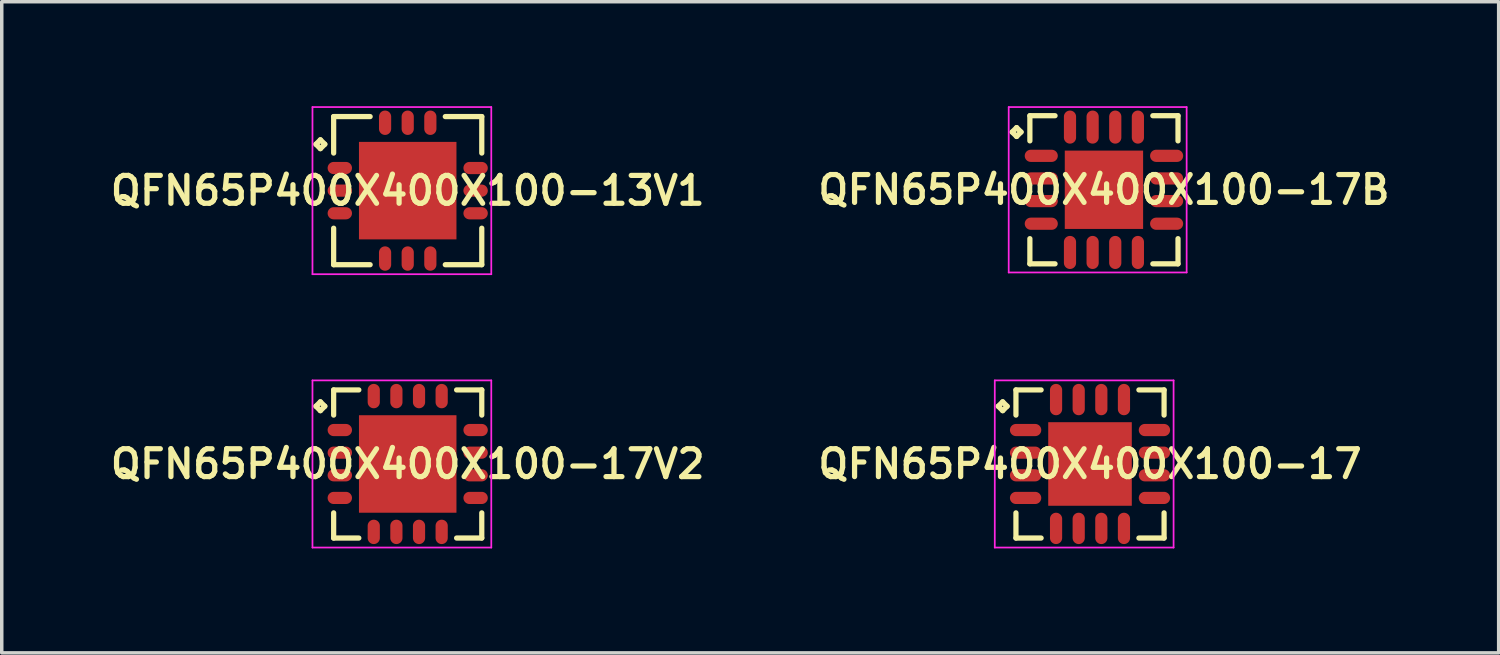
<source format=kicad_pcb>
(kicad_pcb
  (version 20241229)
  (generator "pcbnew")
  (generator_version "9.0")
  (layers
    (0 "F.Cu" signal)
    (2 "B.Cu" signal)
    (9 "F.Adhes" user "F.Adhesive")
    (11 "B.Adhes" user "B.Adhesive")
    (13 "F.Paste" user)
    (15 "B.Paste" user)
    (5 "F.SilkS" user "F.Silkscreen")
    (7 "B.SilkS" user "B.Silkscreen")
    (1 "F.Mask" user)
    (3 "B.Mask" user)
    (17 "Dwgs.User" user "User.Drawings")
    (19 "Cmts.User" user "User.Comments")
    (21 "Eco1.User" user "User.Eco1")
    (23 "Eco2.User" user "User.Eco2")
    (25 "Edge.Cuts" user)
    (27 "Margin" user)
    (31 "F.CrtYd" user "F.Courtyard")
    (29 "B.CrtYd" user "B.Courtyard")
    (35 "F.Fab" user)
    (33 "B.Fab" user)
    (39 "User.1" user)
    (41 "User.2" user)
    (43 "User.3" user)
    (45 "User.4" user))
  (footprint "QFN65P400X400X100-17"
    (layer "F.Cu")
    (at 28.254 10.275)
    (property "Reference" "QFN65P400X400X100-17" (at 0 0 0) (layer "F.SilkS") (effects (font (size 0.8 0.8) (thickness 0.15))))
    (attr smd)
    (fp_line (start -2.635 -1.658) (end -2.508 -1.785) (stroke (width 0.15) (type solid)) (layer "F.SilkS"))
    (fp_line (start -2.508 -1.785) (end -2.381 -1.658) (stroke (width 0.15) (type solid)) (layer "F.SilkS"))
    (fp_line (start -2.508 -1.531) (end -2.635 -1.658) (stroke (width 0.15) (type solid)) (layer "F.SilkS"))
    (fp_line (start -2.381 -1.658) (end -2.508 -1.531) (stroke (width 0.15) (type solid)) (layer "F.SilkS"))
    (fp_line (start -2.127 -2.127) (end -1.404 -2.127) (stroke (width 0.15) (type solid)) (layer "F.SilkS"))
    (fp_line (start -2.127 -1.404) (end -2.127 -2.127) (stroke (width 0.15) (type solid)) (layer "F.SilkS"))
    (fp_line (start -2.127 1.404) (end -2.127 2.127) (stroke (width 0.15) (type solid)) (layer "F.SilkS"))
    (fp_line (start -2.127 2.127) (end -1.404 2.127) (stroke (width 0.15) (type solid)) (layer "F.SilkS"))
    (fp_line (start 1.404 -2.127) (end 2.127 -2.127) (stroke (width 0.15) (type solid)) (layer "F.SilkS"))
    (fp_line (start 1.404 2.127) (end 2.127 2.127) (stroke (width 0.15) (type solid)) (layer "F.SilkS"))
    (fp_line (start 2.127 -2.127) (end 2.127 -1.404) (stroke (width 0.15) (type solid)) (layer "F.SilkS"))
    (fp_line (start 2.127 2.127) (end 2.127 1.404) (stroke (width 0.15) (type solid)) (layer "F.SilkS"))
    (fp_line (start -2.735 -2.4) (end 2.4 -2.4) (stroke (width 0.05) (type solid)) (layer "F.CrtYd"))
    (fp_line (start -2.735 2.4) (end -2.735 -2.4) (stroke (width 0.05) (type solid)) (layer "F.CrtYd"))
    (fp_line (start 2.4 -2.4) (end 2.4 2.4) (stroke (width 0.05) (type solid)) (layer "F.CrtYd"))
    (fp_line (start 2.4 2.4) (end -2.735 2.4) (stroke (width 0.05) (type solid)) (layer "F.CrtYd"))
    (pad "1" smd oval (at -1.85 -0.975) (size 0.9 0.35) (layers "F.Cu" "F.Mask" "F.Paste"))
    (pad "2" smd oval (at -1.85 -0.325) (size 0.9 0.35) (layers "F.Cu" "F.Mask" "F.Paste"))
    (pad "3" smd oval (at -1.85 0.325) (size 0.9 0.35) (layers "F.Cu" "F.Mask" "F.Paste"))
    (pad "4" smd oval (at -1.85 0.975) (size 0.9 0.35) (layers "F.Cu" "F.Mask" "F.Paste"))
    (pad "5" smd oval (at -0.975 1.85) (size 0.35 0.9) (layers "F.Cu" "F.Mask" "F.Paste"))
    (pad "6" smd oval (at -0.325 1.85) (size 0.35 0.9) (layers "F.Cu" "F.Mask" "F.Paste"))
    (pad "7" smd oval (at 0.325 1.85) (size 0.35 0.9) (layers "F.Cu" "F.Mask" "F.Paste"))
    (pad "8" smd oval (at 0.975 1.85) (size 0.35 0.9) (layers "F.Cu" "F.Mask" "F.Paste"))
    (pad "9" smd oval (at 1.85 0.975) (size 0.9 0.35) (layers "F.Cu" "F.Mask" "F.Paste"))
    (pad "10" smd oval (at 1.85 0.325) (size 0.9 0.35) (layers "F.Cu" "F.Mask" "F.Paste"))
    (pad "11" smd oval (at 1.85 -0.325) (size 0.9 0.35) (layers "F.Cu" "F.Mask" "F.Paste"))
    (pad "12" smd oval (at 1.85 -0.975) (size 0.9 0.35) (layers "F.Cu" "F.Mask" "F.Paste"))
    (pad "13" smd oval (at 0.975 -1.85) (size 0.35 0.9) (layers "F.Cu" "F.Mask" "F.Paste"))
    (pad "14" smd oval (at 0.325 -1.85) (size 0.35 0.9) (layers "F.Cu" "F.Mask" "F.Paste"))
    (pad "15" smd oval (at -0.325 -1.85) (size 0.35 0.9) (layers "F.Cu" "F.Mask" "F.Paste"))
    (pad "16" smd oval (at -0.975 -1.85) (size 0.35 0.9) (layers "F.Cu" "F.Mask" "F.Paste"))
    (pad "17" smd rect (at 0 0) (size 2.4 2.4) (layers "F.Cu" "F.Mask" "F.Paste")))
  (footprint "QFN65P400X400X100-17V2"
    (layer "F.Cu")
    (at 8.659 10.275)
    (property "Reference" "QFN65P400X400X100-17V2" (at 0 0 0) (layer "F.SilkS") (effects (font (size 0.8 0.8) (thickness 0.15))))
    (attr smd)
    (fp_line (start -2.635 -1.658) (end -2.508 -1.785) (stroke (width 0.15) (type solid)) (layer "F.SilkS"))
    (fp_line (start -2.508 -1.785) (end -2.381 -1.658) (stroke (width 0.15) (type solid)) (layer "F.SilkS"))
    (fp_line (start -2.508 -1.531) (end -2.635 -1.658) (stroke (width 0.15) (type solid)) (layer "F.SilkS"))
    (fp_line (start -2.381 -1.658) (end -2.508 -1.531) (stroke (width 0.15) (type solid)) (layer "F.SilkS"))
    (fp_line (start -2.127 -2.127) (end -1.404 -2.127) (stroke (width 0.15) (type solid)) (layer "F.SilkS"))
    (fp_line (start -2.127 -1.404) (end -2.127 -2.127) (stroke (width 0.15) (type solid)) (layer "F.SilkS"))
    (fp_line (start -2.127 1.404) (end -2.127 2.127) (stroke (width 0.15) (type solid)) (layer "F.SilkS"))
    (fp_line (start -2.127 2.127) (end -1.404 2.127) (stroke (width 0.15) (type solid)) (layer "F.SilkS"))
    (fp_line (start 1.404 -2.127) (end 2.127 -2.127) (stroke (width 0.15) (type solid)) (layer "F.SilkS"))
    (fp_line (start 1.404 2.127) (end 2.127 2.127) (stroke (width 0.15) (type solid)) (layer "F.SilkS"))
    (fp_line (start 2.127 -2.127) (end 2.127 -1.404) (stroke (width 0.15) (type solid)) (layer "F.SilkS"))
    (fp_line (start 2.127 2.127) (end 2.127 1.404) (stroke (width 0.15) (type solid)) (layer "F.SilkS"))
    (fp_line (start -2.735 -2.4) (end 2.4 -2.4) (stroke (width 0.05) (type solid)) (layer "F.CrtYd"))
    (fp_line (start -2.735 2.4) (end -2.735 -2.4) (stroke (width 0.05) (type solid)) (layer "F.CrtYd"))
    (fp_line (start 2.4 -2.4) (end 2.4 2.4) (stroke (width 0.05) (type solid)) (layer "F.CrtYd"))
    (fp_line (start 2.4 2.4) (end -2.735 2.4) (stroke (width 0.05) (type solid)) (layer "F.CrtYd"))
    (pad "1" smd oval (at -1.95 -0.975) (size 0.7 0.35) (layers "F.Cu" "F.Mask" "F.Paste"))
    (pad "2" smd oval (at -1.95 -0.325) (size 0.7 0.35) (layers "F.Cu" "F.Mask" "F.Paste"))
    (pad "3" smd oval (at -1.95 0.325) (size 0.7 0.35) (layers "F.Cu" "F.Mask" "F.Paste"))
    (pad "4" smd oval (at -1.95 0.975) (size 0.7 0.35) (layers "F.Cu" "F.Mask" "F.Paste"))
    (pad "5" smd oval (at -0.975 1.95) (size 0.35 0.7) (layers "F.Cu" "F.Mask" "F.Paste"))
    (pad "6" smd oval (at -0.325 1.95) (size 0.35 0.7) (layers "F.Cu" "F.Mask" "F.Paste"))
    (pad "7" smd oval (at 0.325 1.95) (size 0.35 0.7) (layers "F.Cu" "F.Mask" "F.Paste"))
    (pad "8" smd oval (at 0.975 1.95) (size 0.35 0.7) (layers "F.Cu" "F.Mask" "F.Paste"))
    (pad "9" smd oval (at 1.95 0.975) (size 0.7 0.35) (layers "F.Cu" "F.Mask" "F.Paste"))
    (pad "10" smd oval (at 1.95 0.325) (size 0.7 0.35) (layers "F.Cu" "F.Mask" "F.Paste"))
    (pad "11" smd oval (at 1.95 -0.325) (size 0.7 0.35) (layers "F.Cu" "F.Mask" "F.Paste"))
    (pad "12" smd oval (at 1.95 -0.975) (size 0.7 0.35) (layers "F.Cu" "F.Mask" "F.Paste"))
    (pad "13" smd oval (at 0.975 -1.95) (size 0.35 0.7) (layers "F.Cu" "F.Mask" "F.Paste"))
    (pad "14" smd oval (at 0.325 -1.95) (size 0.35 0.7) (layers "F.Cu" "F.Mask" "F.Paste"))
    (pad "15" smd oval (at -0.325 -1.95) (size 0.35 0.7) (layers "F.Cu" "F.Mask" "F.Paste"))
    (pad "16" smd oval (at -0.975 -1.95) (size 0.35 0.7) (layers "F.Cu" "F.Mask" "F.Paste"))
    (pad "17" smd rect (at 0 0) (size 2.8 2.8) (layers "F.Cu" "F.Mask" "F.Paste")))
  (footprint "QFN65P400X400X100-17B"
    (layer "F.Cu")
    (at 28.654 2.4)
    (property "Reference" "QFN65P400X400X100-17B" (at 0 0 0) (layer "F.SilkS") (effects (font (size 0.8 0.8) (thickness 0.15))))
    (attr smd)
    (fp_line (start -2.635 -1.658) (end -2.508 -1.785) (stroke (width 0.15) (type solid)) (layer "F.SilkS"))
    (fp_line (start -2.508 -1.785) (end -2.381 -1.658) (stroke (width 0.15) (type solid)) (layer "F.SilkS"))
    (fp_line (start -2.508 -1.531) (end -2.635 -1.658) (stroke (width 0.15) (type solid)) (layer "F.SilkS"))
    (fp_line (start -2.381 -1.658) (end -2.508 -1.531) (stroke (width 0.15) (type solid)) (layer "F.SilkS"))
    (fp_line (start -2.127 -2.127) (end -1.404 -2.127) (stroke (width 0.15) (type solid)) (layer "F.SilkS"))
    (fp_line (start -2.127 -1.404) (end -2.127 -2.127) (stroke (width 0.15) (type solid)) (layer "F.SilkS"))
    (fp_line (start -2.127 1.404) (end -2.127 2.127) (stroke (width 0.15) (type solid)) (layer "F.SilkS"))
    (fp_line (start -2.127 2.127) (end -1.404 2.127) (stroke (width 0.15) (type solid)) (layer "F.SilkS"))
    (fp_line (start 1.404 -2.127) (end 2.127 -2.127) (stroke (width 0.15) (type solid)) (layer "F.SilkS"))
    (fp_line (start 1.404 2.127) (end 2.127 2.127) (stroke (width 0.15) (type solid)) (layer "F.SilkS"))
    (fp_line (start 2.127 -2.127) (end 2.127 -1.404) (stroke (width 0.15) (type solid)) (layer "F.SilkS"))
    (fp_line (start 2.127 2.127) (end 2.127 1.404) (stroke (width 0.15) (type solid)) (layer "F.SilkS"))
    (fp_line (start -2.735 -2.375) (end 2.375 -2.375) (stroke (width 0.05) (type solid)) (layer "F.CrtYd"))
    (fp_line (start -2.735 2.375) (end -2.735 -2.375) (stroke (width 0.05) (type solid)) (layer "F.CrtYd"))
    (fp_line (start 2.375 -2.375) (end 2.375 2.375) (stroke (width 0.05) (type solid)) (layer "F.CrtYd"))
    (fp_line (start 2.375 2.375) (end -2.735 2.375) (stroke (width 0.05) (type solid)) (layer "F.CrtYd"))
    (pad "1" smd oval (at -1.8 -0.975) (size 0.95 0.35) (layers "F.Cu" "F.Mask" "F.Paste"))
    (pad "2" smd oval (at -1.8 -0.325) (size 0.95 0.35) (layers "F.Cu" "F.Mask" "F.Paste"))
    (pad "3" smd oval (at -1.8 0.325) (size 0.95 0.35) (layers "F.Cu" "F.Mask" "F.Paste"))
    (pad "4" smd oval (at -1.8 0.975) (size 0.95 0.35) (layers "F.Cu" "F.Mask" "F.Paste"))
    (pad "5" smd oval (at -0.975 1.8) (size 0.35 0.95) (layers "F.Cu" "F.Mask" "F.Paste"))
    (pad "6" smd oval (at -0.325 1.8) (size 0.35 0.95) (layers "F.Cu" "F.Mask" "F.Paste"))
    (pad "7" smd oval (at 0.325 1.8) (size 0.35 0.95) (layers "F.Cu" "F.Mask" "F.Paste"))
    (pad "8" smd oval (at 0.975 1.8) (size 0.35 0.95) (layers "F.Cu" "F.Mask" "F.Paste"))
    (pad "9" smd oval (at 1.8 0.975) (size 0.95 0.35) (layers "F.Cu" "F.Mask" "F.Paste"))
    (pad "10" smd oval (at 1.8 0.325) (size 0.95 0.35) (layers "F.Cu" "F.Mask" "F.Paste"))
    (pad "11" smd oval (at 1.8 -0.325) (size 0.95 0.35) (layers "F.Cu" "F.Mask" "F.Paste"))
    (pad "12" smd oval (at 1.8 -0.975) (size 0.95 0.35) (layers "F.Cu" "F.Mask" "F.Paste"))
    (pad "13" smd oval (at 0.975 -1.8) (size 0.35 0.95) (layers "F.Cu" "F.Mask" "F.Paste"))
    (pad "14" smd oval (at 0.325 -1.8) (size 0.35 0.95) (layers "F.Cu" "F.Mask" "F.Paste"))
    (pad "15" smd oval (at -0.325 -1.8) (size 0.35 0.95) (layers "F.Cu" "F.Mask" "F.Paste"))
    (pad "16" smd oval (at -0.975 -1.8) (size 0.35 0.95) (layers "F.Cu" "F.Mask" "F.Paste"))
    (pad "17" smd rect (at 0 0) (size 2.25 2.25) (layers "F.Cu" "F.Mask" "F.Paste")))
  (footprint "QFN65P400X400X100-13V1"
    (layer "F.Cu")
    (at 8.659 2.425)
    (property "Reference" "QFN65P400X400X100-13V1" (at 0 0 0) (layer "F.SilkS") (effects (font (size 0.8 0.8) (thickness 0.15))))
    (attr smd)
    (fp_line (start -2.635 -1.333) (end -2.508 -1.46) (stroke (width 0.15) (type solid)) (layer "F.SilkS"))
    (fp_line (start -2.508 -1.46) (end -2.381 -1.333) (stroke (width 0.15) (type solid)) (layer "F.SilkS"))
    (fp_line (start -2.508 -1.206) (end -2.635 -1.333) (stroke (width 0.15) (type solid)) (layer "F.SilkS"))
    (fp_line (start -2.381 -1.333) (end -2.508 -1.206) (stroke (width 0.15) (type solid)) (layer "F.SilkS"))
    (fp_line (start -2.127 -2.127) (end -1.079 -2.127) (stroke (width 0.15) (type solid)) (layer "F.SilkS"))
    (fp_line (start -2.127 -1.079) (end -2.127 -2.127) (stroke (width 0.15) (type solid)) (layer "F.SilkS"))
    (fp_line (start -2.127 1.079) (end -2.127 2.127) (stroke (width 0.15) (type solid)) (layer "F.SilkS"))
    (fp_line (start -2.127 2.127) (end -1.079 2.127) (stroke (width 0.15) (type solid)) (layer "F.SilkS"))
    (fp_line (start 1.079 -2.127) (end 2.127 -2.127) (stroke (width 0.15) (type solid)) (layer "F.SilkS"))
    (fp_line (start 1.079 2.127) (end 2.127 2.127) (stroke (width 0.15) (type solid)) (layer "F.SilkS"))
    (fp_line (start 2.127 -2.127) (end 2.127 -1.079) (stroke (width 0.15) (type solid)) (layer "F.SilkS"))
    (fp_line (start 2.127 2.127) (end 2.127 1.079) (stroke (width 0.15) (type solid)) (layer "F.SilkS"))
    (fp_line (start -2.735 -2.4) (end 2.4 -2.4) (stroke (width 0.05) (type solid)) (layer "F.CrtYd"))
    (fp_line (start -2.735 2.4) (end -2.735 -2.4) (stroke (width 0.05) (type solid)) (layer "F.CrtYd"))
    (fp_line (start 2.4 -2.4) (end 2.4 2.4) (stroke (width 0.05) (type solid)) (layer "F.CrtYd"))
    (fp_line (start 2.4 2.4) (end -2.735 2.4) (stroke (width 0.05) (type solid)) (layer "F.CrtYd"))
    (pad "1" smd oval (at -1.95 -0.65) (size 0.7 0.35) (layers "F.Cu" "F.Mask" "F.Paste"))
    (pad "2" smd oval (at -1.95 0) (size 0.7 0.35) (layers "F.Cu" "F.Mask" "F.Paste"))
    (pad "3" smd oval (at -1.95 0.65) (size 0.7 0.35) (layers "F.Cu" "F.Mask" "F.Paste"))
    (pad "4" smd oval (at -0.65 1.95) (size 0.35 0.7) (layers "F.Cu" "F.Mask" "F.Paste"))
    (pad "5" smd oval (at 0 1.95) (size 0.35 0.7) (layers "F.Cu" "F.Mask" "F.Paste"))
    (pad "6" smd oval (at 0.65 1.95) (size 0.35 0.7) (layers "F.Cu" "F.Mask" "F.Paste"))
    (pad "7" smd oval (at 1.95 0.65) (size 0.7 0.35) (layers "F.Cu" "F.Mask" "F.Paste"))
    (pad "8" smd oval (at 1.95 0) (size 0.7 0.35) (layers "F.Cu" "F.Mask" "F.Paste"))
    (pad "9" smd oval (at 1.95 -0.65) (size 0.7 0.35) (layers "F.Cu" "F.Mask" "F.Paste"))
    (pad "10" smd oval (at 0.65 -1.95) (size 0.35 0.7) (layers "F.Cu" "F.Mask" "F.Paste"))
    (pad "11" smd oval (at 0 -1.95) (size 0.35 0.7) (layers "F.Cu" "F.Mask" "F.Paste"))
    (pad "12" smd oval (at -0.65 -1.95) (size 0.35 0.7) (layers "F.Cu" "F.Mask" "F.Paste"))
    (pad "13" smd rect (at 0 0) (size 2.8 2.8) (layers "F.Cu" "F.Mask" "F.Paste")))
  (gr_rect
    (start -3 -3)
    (end 39.99 15.7)
    (stroke (width 0.1) (type default))
    (fill no)
    (layer "Edge.Cuts")))
</source>
